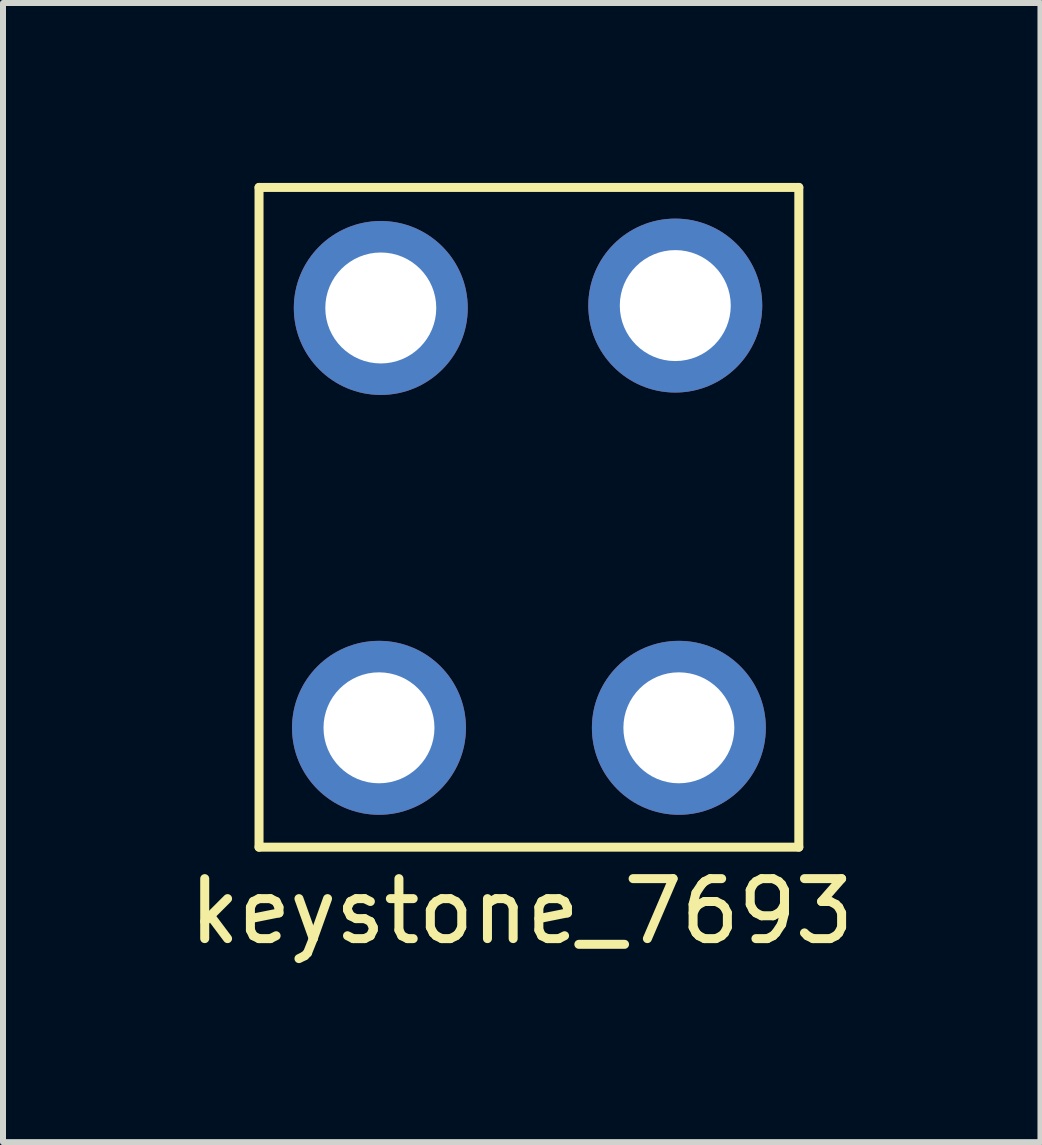
<source format=kicad_pcb>
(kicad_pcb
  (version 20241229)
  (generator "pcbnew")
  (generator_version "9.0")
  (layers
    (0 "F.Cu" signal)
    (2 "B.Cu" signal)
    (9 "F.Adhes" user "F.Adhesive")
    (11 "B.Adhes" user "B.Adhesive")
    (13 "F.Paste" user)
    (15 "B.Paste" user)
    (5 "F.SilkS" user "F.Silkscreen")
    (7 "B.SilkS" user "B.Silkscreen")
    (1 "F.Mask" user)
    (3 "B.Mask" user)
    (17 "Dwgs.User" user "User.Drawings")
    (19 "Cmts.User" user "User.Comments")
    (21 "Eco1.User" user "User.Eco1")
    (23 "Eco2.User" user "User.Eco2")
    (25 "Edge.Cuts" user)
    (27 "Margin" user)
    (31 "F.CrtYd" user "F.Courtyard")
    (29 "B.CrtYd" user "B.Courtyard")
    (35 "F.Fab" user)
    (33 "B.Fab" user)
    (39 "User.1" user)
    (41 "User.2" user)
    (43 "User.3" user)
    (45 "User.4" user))
  (footprint "keystone_7693"
    (layer "F.Cu")
    (at 3.279 2.075)
    (property "Reference" "keystone_7693" (at 2.37 10.07 0) (layer "F.SilkS") (effects (font (size 1 1) (thickness 0.15))))
    (attr through_hole)
    (fp_line (start -2.01 -2) (end -2.01 9) (stroke (width 0.15) (type solid)) (layer "F.SilkS"))
    (fp_line (start -2.01 9) (end 6.99 9) (stroke (width 0.15) (type solid)) (layer "F.SilkS"))
    (fp_line (start 6.99 -2) (end -2.01 -2) (stroke (width 0.15) (type solid)) (layer "F.SilkS"))
    (fp_line (start 6.99 9) (end 6.99 -2) (stroke (width 0.15) (type solid)) (layer "F.SilkS"))
    (pad "1" thru_hole circle (at 4.93 -0.03) (size 2.9 2.9) (drill 1.85) (layers "*.Cu" "*.Mask"))
    (pad "2" thru_hole circle (at 0.02 0.01) (size 2.9 2.9) (drill 1.85) (layers "*.Cu" "*.Mask"))
    (pad "3" thru_hole circle (at 4.99 7.01) (size 2.9 2.9) (drill 1.85) (layers "*.Cu" "*.Mask"))
    (pad "4" thru_hole circle (at -0.01 7.01) (size 2.9 2.9) (drill 1.85) (layers "*.Cu" "*.Mask")))
  (gr_rect
    (start -3 -3)
    (end 14.298 15.993)
    (stroke (width 0.1) (type default))
    (fill no)
    (layer "Edge.Cuts")))
</source>
